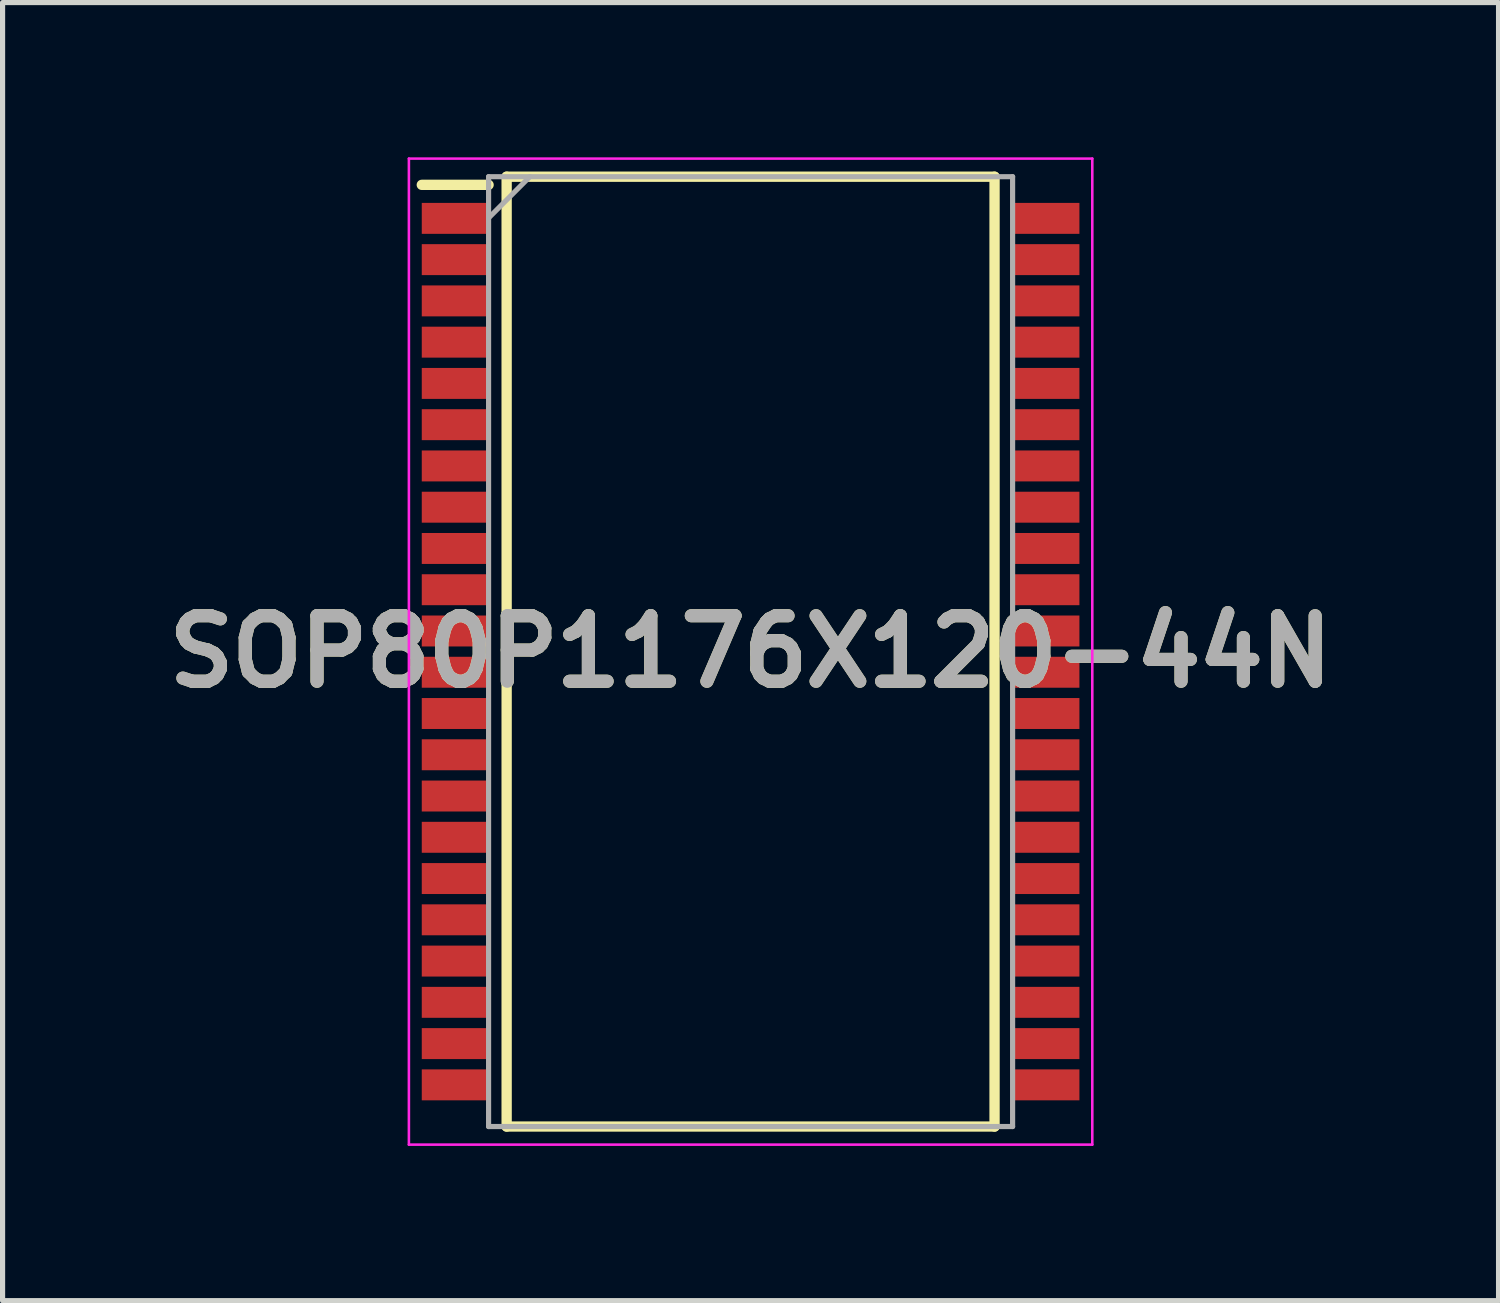
<source format=kicad_pcb>
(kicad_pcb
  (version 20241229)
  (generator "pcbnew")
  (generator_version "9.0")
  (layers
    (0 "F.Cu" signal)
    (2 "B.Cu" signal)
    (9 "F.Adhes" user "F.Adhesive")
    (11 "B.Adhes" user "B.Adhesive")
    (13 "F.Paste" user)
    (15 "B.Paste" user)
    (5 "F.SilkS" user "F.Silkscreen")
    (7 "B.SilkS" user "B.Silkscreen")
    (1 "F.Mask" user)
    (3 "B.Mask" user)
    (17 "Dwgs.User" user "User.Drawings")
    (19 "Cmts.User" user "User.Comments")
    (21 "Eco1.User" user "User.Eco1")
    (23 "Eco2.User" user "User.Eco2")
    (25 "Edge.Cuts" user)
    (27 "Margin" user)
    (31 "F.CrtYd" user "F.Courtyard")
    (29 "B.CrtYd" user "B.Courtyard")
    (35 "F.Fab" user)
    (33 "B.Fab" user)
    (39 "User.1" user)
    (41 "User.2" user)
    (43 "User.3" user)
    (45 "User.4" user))
  (footprint "SOP80P1176X120-44N"
    (layer "F.Cu")
    (at 11.503 9.584)
    (property "Reference" "SOP80P1176X120-44N" (at 0 0 0) (layer "F.SilkS") (effects (font (size 1.27 1.27) (thickness 0.254))))
    (attr smd)
    (fp_line (start -6.375 -9.05) (end -5.08 -9.05) (stroke (width 0.2) (type solid)) (layer "F.SilkS"))
    (fp_line (start -4.73 -9.208) (end 4.73 -9.208) (stroke (width 0.2) (type solid)) (layer "F.SilkS"))
    (fp_line (start -4.73 9.208) (end -4.73 -9.208) (stroke (width 0.2) (type solid)) (layer "F.SilkS"))
    (fp_line (start 4.73 -9.208) (end 4.73 9.208) (stroke (width 0.2) (type solid)) (layer "F.SilkS"))
    (fp_line (start 4.73 9.208) (end -4.73 9.208) (stroke (width 0.2) (type solid)) (layer "F.SilkS"))
    (fp_line (start -6.625 -9.559) (end 6.625 -9.559) (stroke (width 0.05) (type solid)) (layer "F.CrtYd"))
    (fp_line (start -6.625 9.559) (end -6.625 -9.559) (stroke (width 0.05) (type solid)) (layer "F.CrtYd"))
    (fp_line (start 6.625 -9.559) (end 6.625 9.559) (stroke (width 0.05) (type solid)) (layer "F.CrtYd"))
    (fp_line (start 6.625 9.559) (end -6.625 9.559) (stroke (width 0.05) (type solid)) (layer "F.CrtYd"))
    (fp_line (start -5.08 -9.208) (end 5.08 -9.208) (stroke (width 0.1) (type solid)) (layer "F.Fab"))
    (fp_line (start -5.08 -8.408) (end -4.28 -9.208) (stroke (width 0.1) (type solid)) (layer "F.Fab"))
    (fp_line (start -5.08 9.208) (end -5.08 -9.208) (stroke (width 0.1) (type solid)) (layer "F.Fab"))
    (fp_line (start 5.08 -9.208) (end 5.08 9.208) (stroke (width 0.1) (type solid)) (layer "F.Fab"))
    (fp_line (start 5.08 9.208) (end -5.08 9.208) (stroke (width 0.1) (type solid)) (layer "F.Fab"))
    (fp_text user "${REFERENCE}" (at 0 0 0) (layer "F.Fab") (effects (font (size 1.27 1.27) (thickness 0.254))))
    (pad "1" smd rect (at -5.728 -8.4 90) (size 0.6 1.295) (layers "F.Cu" "F.Mask" "F.Paste"))
    (pad "2" smd rect (at -5.728 -7.6 90) (size 0.6 1.295) (layers "F.Cu" "F.Mask" "F.Paste"))
    (pad "3" smd rect (at -5.728 -6.8 90) (size 0.6 1.295) (layers "F.Cu" "F.Mask" "F.Paste"))
    (pad "4" smd rect (at -5.728 -6 90) (size 0.6 1.295) (layers "F.Cu" "F.Mask" "F.Paste"))
    (pad "5" smd rect (at -5.728 -5.2 90) (size 0.6 1.295) (layers "F.Cu" "F.Mask" "F.Paste"))
    (pad "6" smd rect (at -5.728 -4.4 90) (size 0.6 1.295) (layers "F.Cu" "F.Mask" "F.Paste"))
    (pad "7" smd rect (at -5.728 -3.6 90) (size 0.6 1.295) (layers "F.Cu" "F.Mask" "F.Paste"))
    (pad "8" smd rect (at -5.728 -2.8 90) (size 0.6 1.295) (layers "F.Cu" "F.Mask" "F.Paste"))
    (pad "9" smd rect (at -5.728 -2 90) (size 0.6 1.295) (layers "F.Cu" "F.Mask" "F.Paste"))
    (pad "10" smd rect (at -5.728 -1.2 90) (size 0.6 1.295) (layers "F.Cu" "F.Mask" "F.Paste"))
    (pad "11" smd rect (at -5.728 -0.4 90) (size 0.6 1.295) (layers "F.Cu" "F.Mask" "F.Paste"))
    (pad "12" smd rect (at -5.728 0.4 90) (size 0.6 1.295) (layers "F.Cu" "F.Mask" "F.Paste"))
    (pad "13" smd rect (at -5.728 1.2 90) (size 0.6 1.295) (layers "F.Cu" "F.Mask" "F.Paste"))
    (pad "14" smd rect (at -5.728 2 90) (size 0.6 1.295) (layers "F.Cu" "F.Mask" "F.Paste"))
    (pad "15" smd rect (at -5.728 2.8 90) (size 0.6 1.295) (layers "F.Cu" "F.Mask" "F.Paste"))
    (pad "16" smd rect (at -5.728 3.6 90) (size 0.6 1.295) (layers "F.Cu" "F.Mask" "F.Paste"))
    (pad "17" smd rect (at -5.728 4.4 90) (size 0.6 1.295) (layers "F.Cu" "F.Mask" "F.Paste"))
    (pad "18" smd rect (at -5.728 5.2 90) (size 0.6 1.295) (layers "F.Cu" "F.Mask" "F.Paste"))
    (pad "19" smd rect (at -5.728 6 90) (size 0.6 1.295) (layers "F.Cu" "F.Mask" "F.Paste"))
    (pad "20" smd rect (at -5.728 6.8 90) (size 0.6 1.295) (layers "F.Cu" "F.Mask" "F.Paste"))
    (pad "21" smd rect (at -5.728 7.6 90) (size 0.6 1.295) (layers "F.Cu" "F.Mask" "F.Paste"))
    (pad "22" smd rect (at -5.728 8.4 90) (size 0.6 1.295) (layers "F.Cu" "F.Mask" "F.Paste"))
    (pad "23" smd rect (at 5.728 8.4 90) (size 0.6 1.295) (layers "F.Cu" "F.Mask" "F.Paste"))
    (pad "24" smd rect (at 5.728 7.6 90) (size 0.6 1.295) (layers "F.Cu" "F.Mask" "F.Paste"))
    (pad "25" smd rect (at 5.728 6.8 90) (size 0.6 1.295) (layers "F.Cu" "F.Mask" "F.Paste"))
    (pad "26" smd rect (at 5.728 6 90) (size 0.6 1.295) (layers "F.Cu" "F.Mask" "F.Paste"))
    (pad "27" smd rect (at 5.728 5.2 90) (size 0.6 1.295) (layers "F.Cu" "F.Mask" "F.Paste"))
    (pad "28" smd rect (at 5.728 4.4 90) (size 0.6 1.295) (layers "F.Cu" "F.Mask" "F.Paste"))
    (pad "29" smd rect (at 5.728 3.6 90) (size 0.6 1.295) (layers "F.Cu" "F.Mask" "F.Paste"))
    (pad "30" smd rect (at 5.728 2.8 90) (size 0.6 1.295) (layers "F.Cu" "F.Mask" "F.Paste"))
    (pad "31" smd rect (at 5.728 2 90) (size 0.6 1.295) (layers "F.Cu" "F.Mask" "F.Paste"))
    (pad "32" smd rect (at 5.728 1.2 90) (size 0.6 1.295) (layers "F.Cu" "F.Mask" "F.Paste"))
    (pad "33" smd rect (at 5.728 0.4 90) (size 0.6 1.295) (layers "F.Cu" "F.Mask" "F.Paste"))
    (pad "34" smd rect (at 5.728 -0.4 90) (size 0.6 1.295) (layers "F.Cu" "F.Mask" "F.Paste"))
    (pad "35" smd rect (at 5.728 -1.2 90) (size 0.6 1.295) (layers "F.Cu" "F.Mask" "F.Paste"))
    (pad "36" smd rect (at 5.728 -2 90) (size 0.6 1.295) (layers "F.Cu" "F.Mask" "F.Paste"))
    (pad "37" smd rect (at 5.728 -2.8 90) (size 0.6 1.295) (layers "F.Cu" "F.Mask" "F.Paste"))
    (pad "38" smd rect (at 5.728 -3.6 90) (size 0.6 1.295) (layers "F.Cu" "F.Mask" "F.Paste"))
    (pad "39" smd rect (at 5.728 -4.4 90) (size 0.6 1.295) (layers "F.Cu" "F.Mask" "F.Paste"))
    (pad "40" smd rect (at 5.728 -5.2 90) (size 0.6 1.295) (layers "F.Cu" "F.Mask" "F.Paste"))
    (pad "41" smd rect (at 5.728 -6 90) (size 0.6 1.295) (layers "F.Cu" "F.Mask" "F.Paste"))
    (pad "42" smd rect (at 5.728 -6.8 90) (size 0.6 1.295) (layers "F.Cu" "F.Mask" "F.Paste"))
    (pad "43" smd rect (at 5.728 -7.6 90) (size 0.6 1.295) (layers "F.Cu" "F.Mask" "F.Paste"))
    (pad "44" smd rect (at 5.728 -8.4 90) (size 0.6 1.295) (layers "F.Cu" "F.Mask" "F.Paste")))
  (gr_rect
    (start -3 -3)
    (end 26.005 22.168)
    (stroke (width 0.1) (type default))
    (fill no)
    (layer "Edge.Cuts")))
</source>
